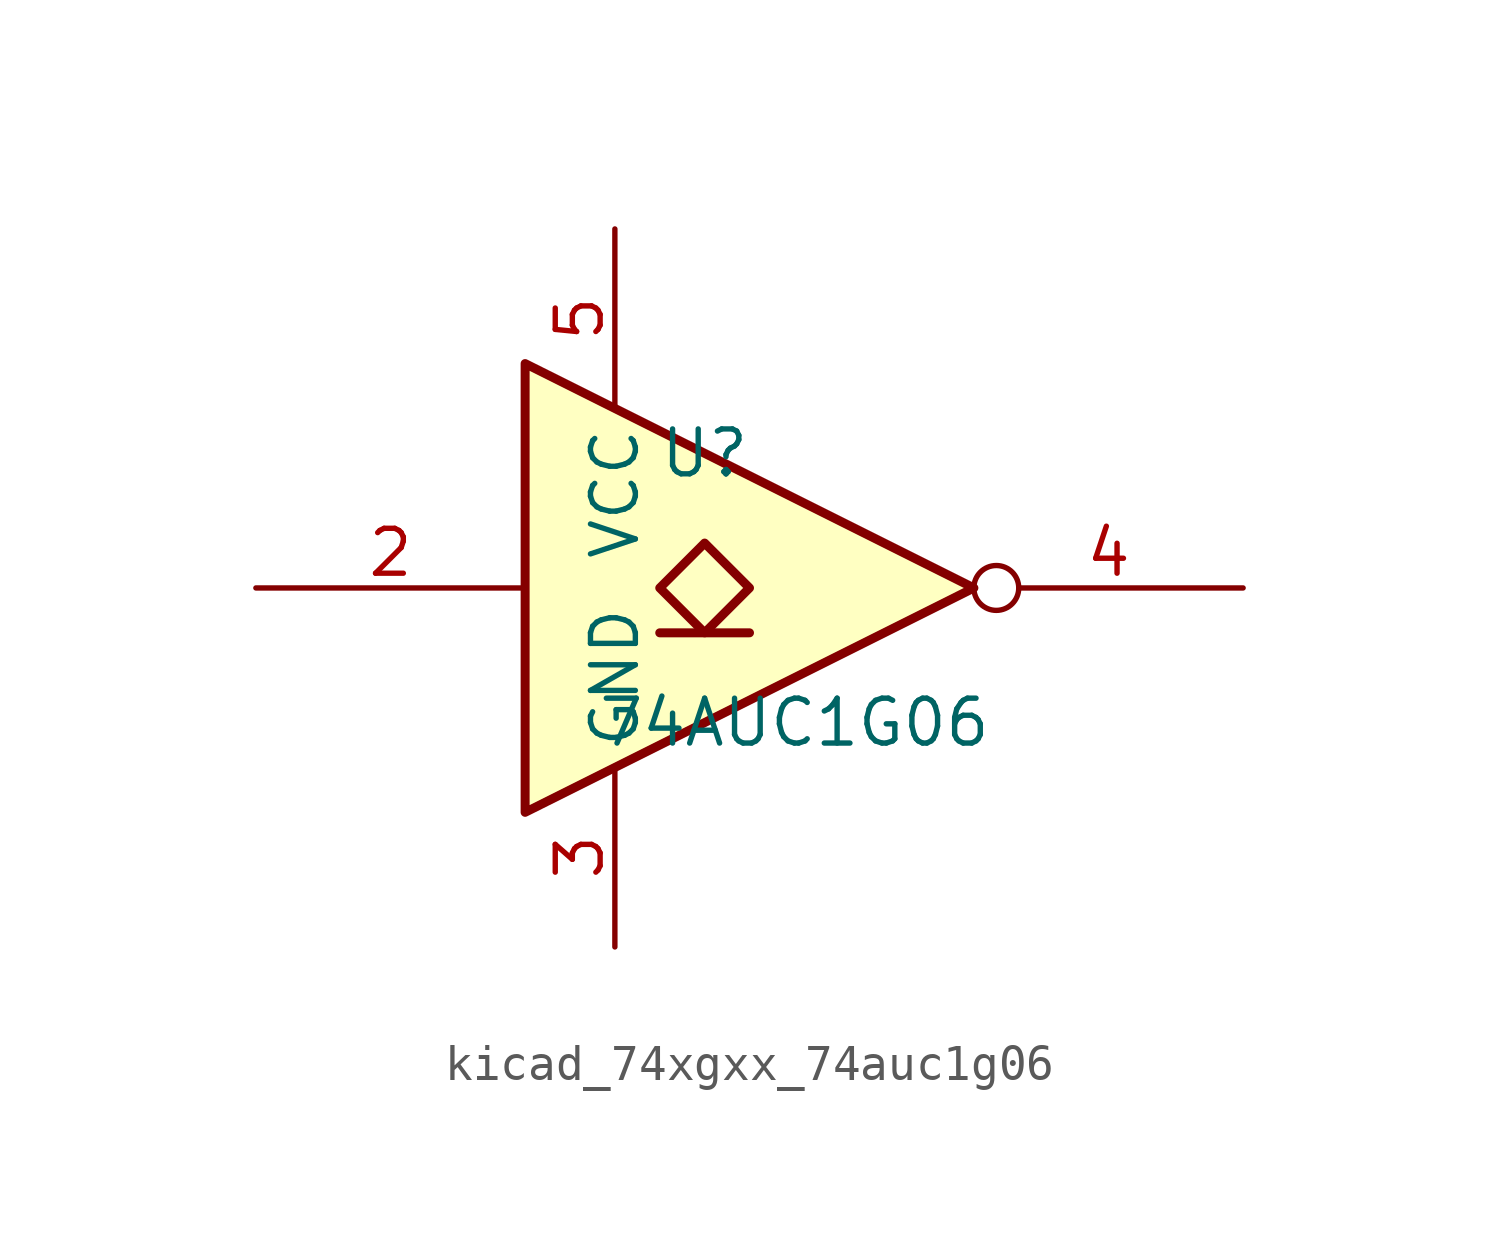
<source format=kicad_sym>
(kicad_symbol_lib
  (version 20220914)
  (generator kicad_symbol_editor)
  (symbol "kicad_74xgxx_74auc1g06"
    (property "Reference" "U"
      (at -2.54 3.81 0)
      (effects (font (size 1.27 1.27))))
    (property "Value" "74AUC1G06"
      (at 0 -3.81 0)
      (effects (font (size 1.27 1.27))))
    (symbol "kicad_74xgxx_74auc1g06_0_1"
      (polyline (pts (xy -3.81 -1.27) (xy -1.27 -1.27)) (stroke (width 0.254) (type default)) (fill (type background)))
      (polyline (pts (xy -7.62 6.35) (xy -7.62 -6.35) (xy 5.08 0) (xy -7.62 6.35)) (stroke (width 0.254) (type default)) (fill (type background)))
      (polyline (pts (xy -2.54 1.27) (xy -3.81 0) (xy -2.54 -1.27) (xy -1.27 0) (xy -2.54 1.27)) (stroke (width 0.254) (type default)) (fill (type background))))
    (symbol "kicad_74xgxx_74auc1g06_1_1"
      (pin input line (at -15.24 0 0) (length 7.62) (name "~" (effects (font (size 1.27 1.27)))) (number "2" (effects (font (size 1.27 1.27)))))
      (pin power_in line (at -5.08 -10.16 90) (length 5.08) (name "GND" (effects (font (size 1.27 1.27)))) (number "3" (effects (font (size 1.27 1.27)))))
      (pin open_collector inverted (at 12.7 0 180) (length 7.62) (name "~" (effects (font (size 1.27 1.27)))) (number "4" (effects (font (size 1.27 1.27)))))
      (pin power_in line (at -5.08 10.16 270) (length 5.08) (name "VCC" (effects (font (size 1.27 1.27)))) (number "5" (effects (font (size 1.27 1.27))))))))
</source>
